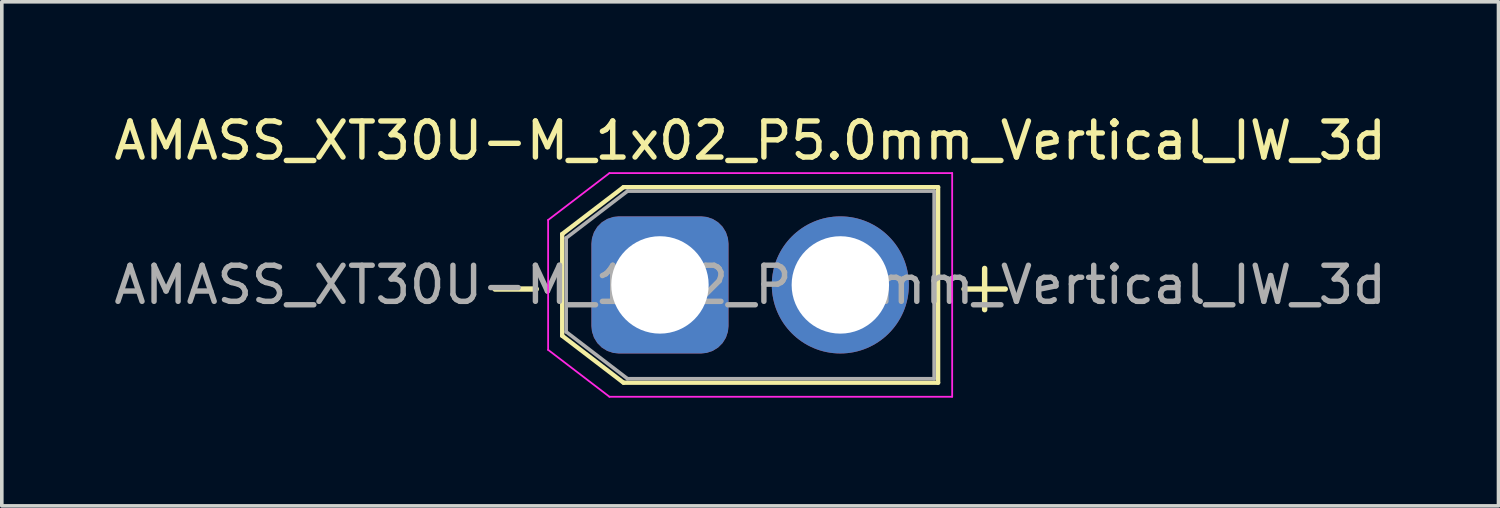
<source format=kicad_pcb>
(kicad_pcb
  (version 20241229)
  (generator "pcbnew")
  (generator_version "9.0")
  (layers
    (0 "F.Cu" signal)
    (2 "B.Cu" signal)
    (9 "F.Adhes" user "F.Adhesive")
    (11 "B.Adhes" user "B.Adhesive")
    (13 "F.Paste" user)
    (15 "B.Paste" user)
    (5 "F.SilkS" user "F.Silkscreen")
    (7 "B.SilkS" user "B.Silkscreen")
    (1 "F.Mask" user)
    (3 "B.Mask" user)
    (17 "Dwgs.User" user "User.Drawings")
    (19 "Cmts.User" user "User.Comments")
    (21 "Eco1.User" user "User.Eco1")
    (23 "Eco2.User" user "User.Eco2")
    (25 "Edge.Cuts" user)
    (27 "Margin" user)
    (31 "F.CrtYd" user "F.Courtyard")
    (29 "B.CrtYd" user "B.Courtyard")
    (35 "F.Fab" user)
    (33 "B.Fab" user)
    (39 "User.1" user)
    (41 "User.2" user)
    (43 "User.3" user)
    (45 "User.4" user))
  (footprint "AMASS_XT30U-M_1x02_P5.0mm_Vertical_IW_3d"
    (layer "F.Cu")
    (at 15.244 4.848)
    (property "Reference" "AMASS_XT30U-M_1x02_P5.0mm_Vertical_IW_3d" (at 2.5 -4 0) (layer "F.SilkS") (effects (font (size 1 1) (thickness 0.15))))
    (attr through_hole)
    (fp_line (start -2.71 -1.41) (end -2.71 1.41) (stroke (width 0.12) (type solid)) (layer "F.SilkS"))
    (fp_line (start -2.71 -1.41) (end -1.01 -2.71) (stroke (width 0.12) (type solid)) (layer "F.SilkS"))
    (fp_line (start -2.71 1.41) (end -1.01 2.71) (stroke (width 0.12) (type solid)) (layer "F.SilkS"))
    (fp_line (start -1.01 -2.71) (end 7.71 -2.71) (stroke (width 0.12) (type solid)) (layer "F.SilkS"))
    (fp_line (start -1.01 2.71) (end 7.71 2.71) (stroke (width 0.12) (type solid)) (layer "F.SilkS"))
    (fp_line (start 7.71 -2.71) (end 7.71 2.71) (stroke (width 0.12) (type solid)) (layer "F.SilkS"))
    (fp_line (start -3.1 -1.8) (end -3.1 1.8) (stroke (width 0.05) (type solid)) (layer "F.CrtYd"))
    (fp_line (start -3.1 -1.8) (end -1.4 -3.1) (stroke (width 0.05) (type solid)) (layer "F.CrtYd"))
    (fp_line (start -3.1 1.8) (end -1.4 3.1) (stroke (width 0.05) (type solid)) (layer "F.CrtYd"))
    (fp_line (start -1.4 -3.1) (end 8.1 -3.1) (stroke (width 0.05) (type solid)) (layer "F.CrtYd"))
    (fp_line (start -1.4 3.1) (end 8.1 3.1) (stroke (width 0.05) (type solid)) (layer "F.CrtYd"))
    (fp_line (start 8.1 -3.1) (end 8.1 3.1) (stroke (width 0.05) (type solid)) (layer "F.CrtYd"))
    (fp_line (start -2.6 -1.3) (end -2.6 1.3) (stroke (width 0.1) (type solid)) (layer "F.Fab"))
    (fp_line (start -2.6 -1.3) (end -0.9 -2.6) (stroke (width 0.1) (type solid)) (layer "F.Fab"))
    (fp_line (start -2.6 1.3) (end -0.9 2.6) (stroke (width 0.1) (type solid)) (layer "F.Fab"))
    (fp_line (start -0.9 -2.6) (end 7.6 -2.6) (stroke (width 0.1) (type solid)) (layer "F.Fab"))
    (fp_line (start -0.9 2.6) (end 7.6 2.6) (stroke (width 0.1) (type solid)) (layer "F.Fab"))
    (fp_line (start 7.6 -2.6) (end 7.6 2.6) (stroke (width 0.1) (type solid)) (layer "F.Fab"))
    (fp_text user "-" (at -4 0 0) (layer "F.SilkS") (effects (font (size 1.5 1.5) (thickness 0.15))))
    (fp_text user "+" (at 9 0 0) (layer "F.SilkS") (effects (font (size 1.5 1.5) (thickness 0.15))))
    (fp_text user "${REFERENCE}" (at 2.5 0 0) (layer "F.Fab") (effects (font (size 1 1) (thickness 0.15))))
    (pad "1" thru_hole roundrect (at 0 0) (size 3.8 3.8) (drill 2.7) (layers "*.Cu" "*.Mask") (roundrect_rratio 0.2))
    (pad "2" thru_hole circle (at 5 0) (size 3.8 3.8) (drill 2.7) (layers "*.Cu" "*.Mask")))
  (gr_rect
    (start -3 -3)
    (end 38.488 10.973)
    (stroke (width 0.1) (type default))
    (fill no)
    (layer "Edge.Cuts")))
</source>
